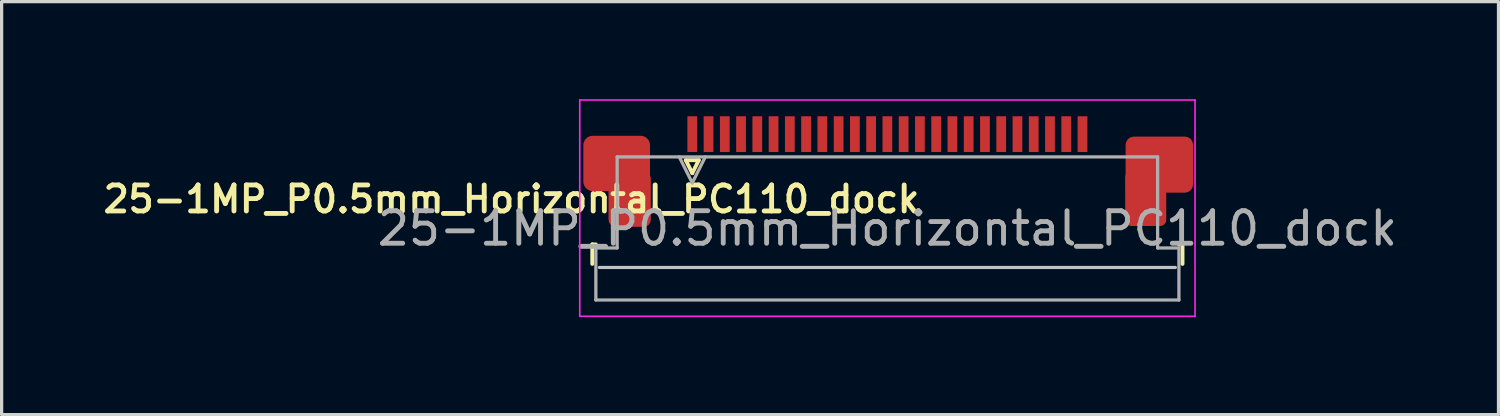
<source format=kicad_pcb>
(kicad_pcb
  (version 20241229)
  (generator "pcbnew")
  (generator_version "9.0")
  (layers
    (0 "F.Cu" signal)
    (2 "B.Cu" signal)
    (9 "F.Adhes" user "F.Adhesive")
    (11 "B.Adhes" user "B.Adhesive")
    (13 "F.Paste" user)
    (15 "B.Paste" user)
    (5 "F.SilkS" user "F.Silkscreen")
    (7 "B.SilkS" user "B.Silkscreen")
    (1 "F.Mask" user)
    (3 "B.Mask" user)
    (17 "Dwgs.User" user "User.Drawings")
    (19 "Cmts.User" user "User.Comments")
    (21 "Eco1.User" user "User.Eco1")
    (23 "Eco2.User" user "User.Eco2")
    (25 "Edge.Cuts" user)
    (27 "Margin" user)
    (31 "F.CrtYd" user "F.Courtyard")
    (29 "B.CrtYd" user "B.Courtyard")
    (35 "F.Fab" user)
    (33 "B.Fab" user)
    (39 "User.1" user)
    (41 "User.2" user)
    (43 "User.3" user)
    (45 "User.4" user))
  (footprint "25-1MP_P0.5mm_Horizontal_PC110_dock"
    (layer "F.Cu")
    (at 24.238 2.425)
    (property "Reference" "25-1MP_P0.5mm_Horizontal_PC110_dock" (at -11.56 0.65 0) (layer "F.SilkS") (effects (font (size 0.8 0.8) (thickness 0.15))))
    (attr smd)
    (fp_line (start -9.075 2.04) (end -9.075 2.64) (stroke (width 0.12) (type solid)) (layer "F.SilkS"))
    (fp_line (start -8.965 2.04) (end -9.075 2.04) (stroke (width 0.12) (type solid)) (layer "F.SilkS"))
    (fp_line (start -6.2 -0.55) (end -6 -0.15) (stroke (width 0.12) (type solid)) (layer "F.SilkS"))
    (fp_line (start -6 -0.15) (end -5.8 -0.55) (stroke (width 0.12) (type solid)) (layer "F.SilkS"))
    (fp_line (start -5.8 -0.55) (end -6.2 -0.55) (stroke (width 0.12) (type solid)) (layer "F.SilkS"))
    (fp_line (start 8.965 2.04) (end 9.075 2.04) (stroke (width 0.12) (type solid)) (layer "F.SilkS"))
    (fp_line (start 9.075 2.04) (end 9.075 2.64) (stroke (width 0.12) (type solid)) (layer "F.SilkS"))
    (fp_line (start 8.855 2.75) (end -8.855 2.75) (stroke (width 0.1) (type solid)) (layer "Dwgs.User"))
    (fp_line (start -9.46 -2.4) (end -9.46 4.25) (stroke (width 0.05) (type solid)) (layer "F.CrtYd"))
    (fp_line (start -9.46 4.25) (end 9.46 4.25) (stroke (width 0.05) (type solid)) (layer "F.CrtYd"))
    (fp_line (start 9.46 -2.4) (end -9.46 -2.4) (stroke (width 0.05) (type solid)) (layer "F.CrtYd"))
    (fp_line (start 9.46 4.25) (end 9.46 -2.4) (stroke (width 0.05) (type solid)) (layer "F.CrtYd"))
    (fp_line (start -8.965 2.15) (end -8.31 2.15) (stroke (width 0.1) (type solid)) (layer "F.Fab"))
    (fp_line (start -8.965 3.75) (end -8.965 2.15) (stroke (width 0.1) (type solid)) (layer "F.Fab"))
    (fp_line (start -8.31 -0.65) (end 8.31 -0.65) (stroke (width 0.1) (type solid)) (layer "F.Fab"))
    (fp_line (start -8.31 2.15) (end -8.31 -0.65) (stroke (width 0.1) (type solid)) (layer "F.Fab"))
    (fp_line (start -6.4 -0.65) (end -6 0.15) (stroke (width 0.1) (type solid)) (layer "F.Fab"))
    (fp_line (start -6 0.15) (end -5.6 -0.65) (stroke (width 0.1) (type solid)) (layer "F.Fab"))
    (fp_line (start 8.31 -0.65) (end 8.31 2.15) (stroke (width 0.1) (type solid)) (layer "F.Fab"))
    (fp_line (start 8.31 2.15) (end 8.965 2.15) (stroke (width 0.1) (type solid)) (layer "F.Fab"))
    (fp_line (start 8.965 2.15) (end 8.965 3.75) (stroke (width 0.1) (type solid)) (layer "F.Fab"))
    (fp_line (start 8.965 3.75) (end -8.965 3.75) (stroke (width 0.1) (type solid)) (layer "F.Fab"))
    (fp_text user "${REFERENCE}" (at 0 1.55 0) (layer "F.Fab") (effects (font (size 1 1) (thickness 0.15))))
    (pad "1" smd rect (at -6 -1.35) (size 0.3 1.1) (layers "F.Cu" "F.Mask" "F.Paste"))
    (pad "2" smd rect (at -5.5 -1.35) (size 0.3 1.1) (layers "F.Cu" "F.Mask" "F.Paste"))
    (pad "3" smd rect (at -5 -1.35) (size 0.3 1.1) (layers "F.Cu" "F.Mask" "F.Paste"))
    (pad "4" smd rect (at -4.5 -1.35) (size 0.3 1.1) (layers "F.Cu" "F.Mask" "F.Paste"))
    (pad "5" smd rect (at -4 -1.35) (size 0.3 1.1) (layers "F.Cu" "F.Mask" "F.Paste"))
    (pad "6" smd rect (at -3.5 -1.35) (size 0.3 1.1) (layers "F.Cu" "F.Mask" "F.Paste"))
    (pad "7" smd rect (at -3 -1.35) (size 0.3 1.1) (layers "F.Cu" "F.Mask" "F.Paste"))
    (pad "8" smd rect (at -2.5 -1.35) (size 0.3 1.1) (layers "F.Cu" "F.Mask" "F.Paste"))
    (pad "9" smd rect (at -2 -1.35) (size 0.3 1.1) (layers "F.Cu" "F.Mask" "F.Paste"))
    (pad "10" smd rect (at -1.5 -1.35) (size 0.3 1.1) (layers "F.Cu" "F.Mask" "F.Paste"))
    (pad "11" smd rect (at -1 -1.35) (size 0.3 1.1) (layers "F.Cu" "F.Mask" "F.Paste"))
    (pad "12" smd rect (at -0.5 -1.35) (size 0.3 1.1) (layers "F.Cu" "F.Mask" "F.Paste"))
    (pad "13" smd rect (at 0 -1.35) (size 0.3 1.1) (layers "F.Cu" "F.Mask" "F.Paste"))
    (pad "14" smd rect (at 0.5 -1.35) (size 0.3 1.1) (layers "F.Cu" "F.Mask" "F.Paste"))
    (pad "15" smd rect (at 1 -1.35) (size 0.3 1.1) (layers "F.Cu" "F.Mask" "F.Paste"))
    (pad "16" smd rect (at 1.5 -1.35) (size 0.3 1.1) (layers "F.Cu" "F.Mask" "F.Paste"))
    (pad "17" smd rect (at 2 -1.35) (size 0.3 1.1) (layers "F.Cu" "F.Mask" "F.Paste"))
    (pad "18" smd rect (at 2.5 -1.35) (size 0.3 1.1) (layers "F.Cu" "F.Mask" "F.Paste"))
    (pad "19" smd rect (at 3 -1.35) (size 0.3 1.1) (layers "F.Cu" "F.Mask" "F.Paste"))
    (pad "20" smd rect (at 3.5 -1.35) (size 0.3 1.1) (layers "F.Cu" "F.Mask" "F.Paste"))
    (pad "21" smd rect (at 4 -1.35) (size 0.3 1.1) (layers "F.Cu" "F.Mask" "F.Paste"))
    (pad "22" smd rect (at 4.5 -1.35) (size 0.3 1.1) (layers "F.Cu" "F.Mask" "F.Paste"))
    (pad "23" smd rect (at 5 -1.35) (size 0.3 1.1) (layers "F.Cu" "F.Mask" "F.Paste"))
    (pad "24" smd rect (at 5.5 -1.35) (size 0.3 1.1) (layers "F.Cu" "F.Mask" "F.Paste"))
    (pad "25" smd rect (at 6 -1.35) (size 0.3 1.1) (layers "F.Cu" "F.Mask" "F.Paste"))
    (pad "MP" smd roundrect (at -8.325 -0.45) (size 2.05 1.7) (layers "F.Cu" "F.Mask" "F.Paste") (roundrect_rratio 0.167))
    (pad "MP" smd roundrect (at -7.925 0.65) (size 1.3 1.7) (layers "F.Cu" "F.Mask" "F.Paste") (roundrect_rratio 0.167))
    (pad "MP" smd roundrect (at 7.944 0.631) (size 1.262 1.688) (layers "F.Cu" "F.Mask" "F.Paste") (roundrect_rratio 0.147))
    (pad "MP" smd roundrect (at 8.363 -0.412) (size 2.075 1.725) (layers "F.Cu" "F.Mask" "F.Paste") (roundrect_rratio 0.147)))
  (gr_rect
    (start -3 -3)
    (end 43.03 9.7)
    (stroke (width 0.1) (type default))
    (fill no)
    (layer "Edge.Cuts")))
</source>
